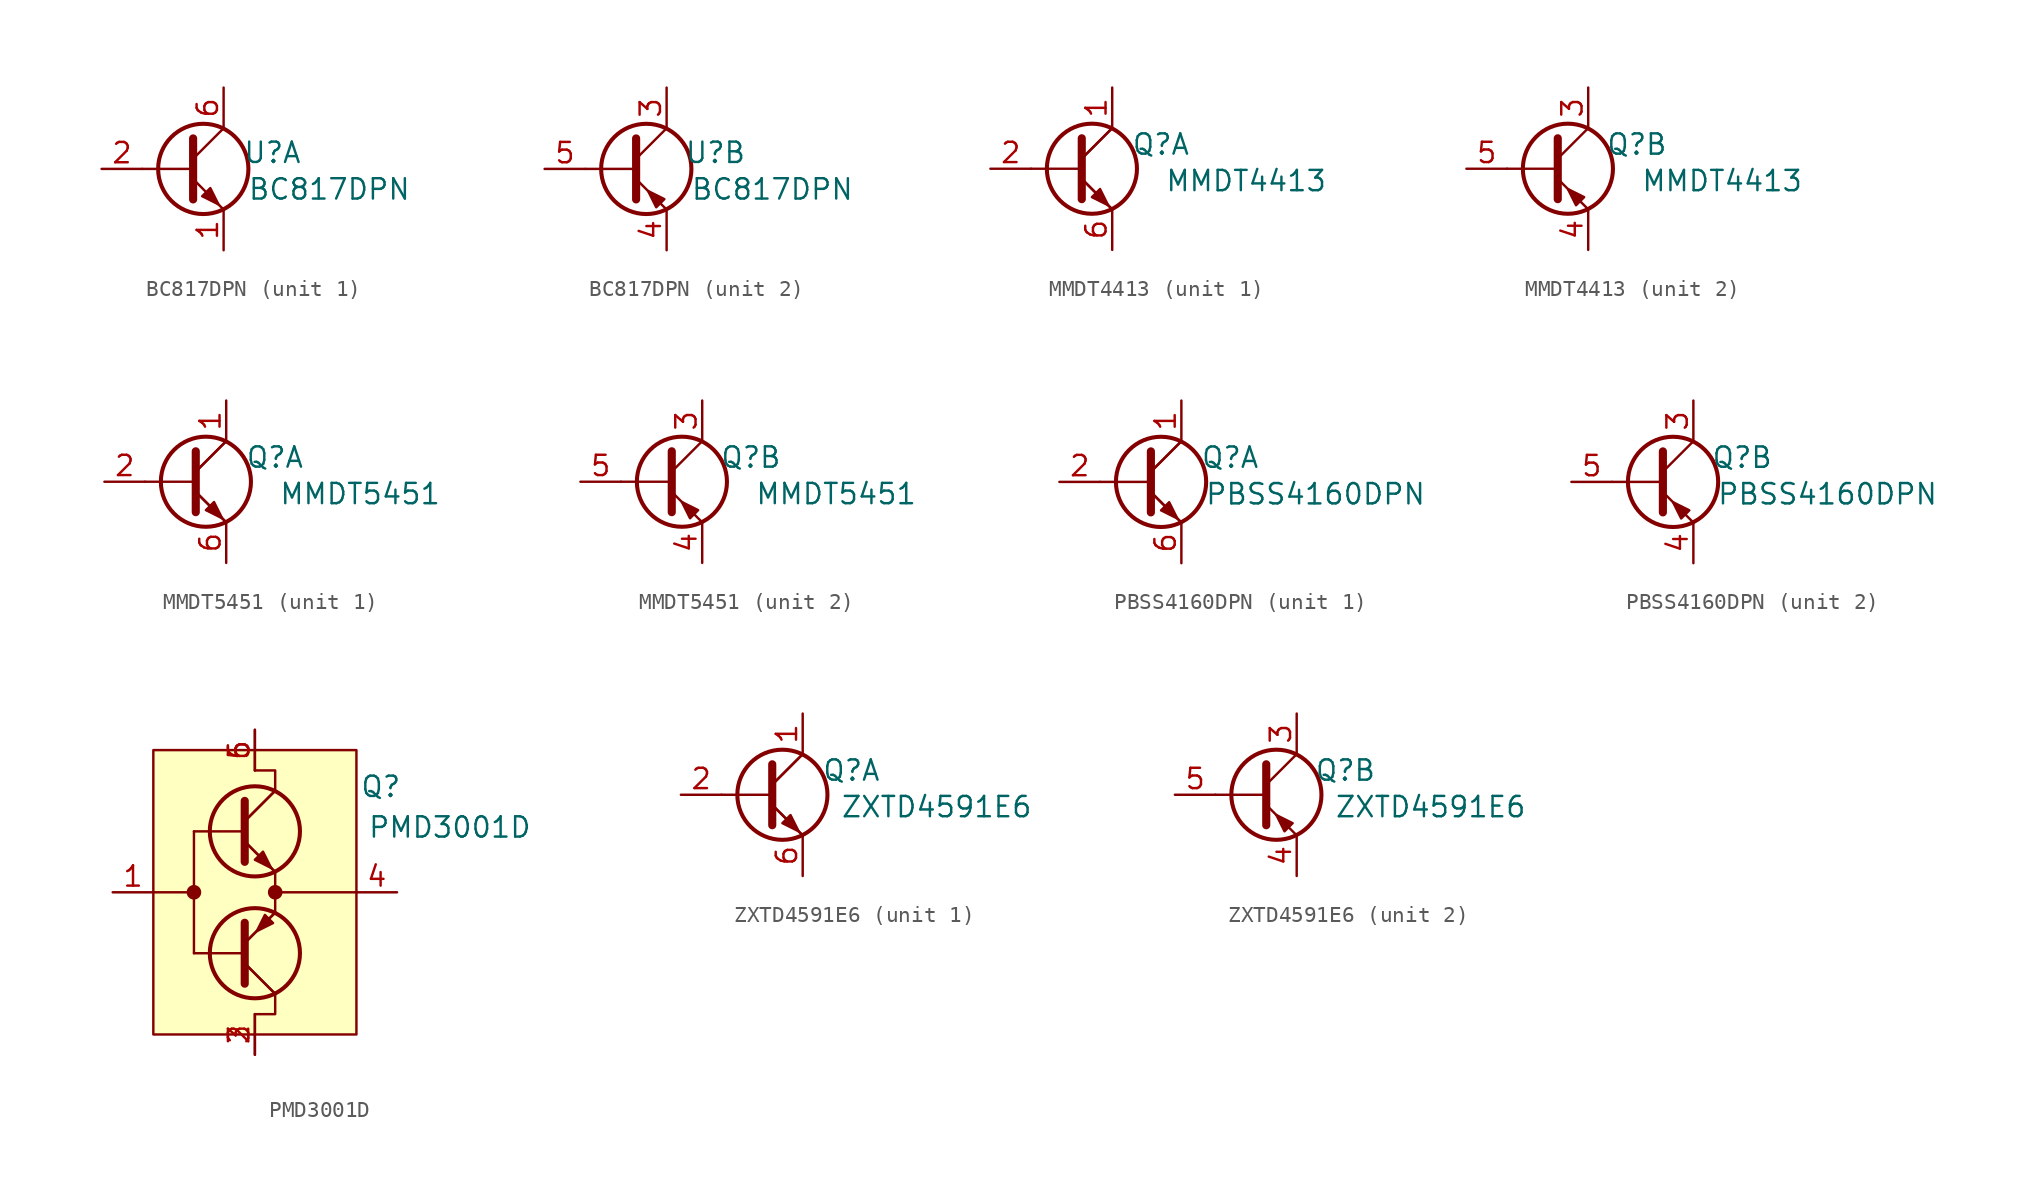
<source format=kicad_sym>
(kicad_symbol_lib
  (version 20241209)
  (generator "kicad_symbol_editor")
  (generator_version "9.0")
  (symbol "BC817DPN"
    (pin_names
      (hide yes))
    (property "Reference" "U"
      (at 3.048 1.016 0)
      (effects (font (size 1.27 1.27))))
    (property "Value" "BC817DPN"
      (at 6.604 -1.27 0)
      (effects (font (size 1.27 1.27))))
    (symbol "BC817DPN_0_1"
      (polyline (pts (xy -5.08 0) (xy -1.905 0)) (stroke (width 0) (type solid)) (fill (type none)))
      (polyline (pts (xy -1.905 1.905) (xy -1.905 -1.905)) (stroke (width 0.508) (type solid)) (fill (type none)))
      (polyline (pts (xy -1.905 0.635) (xy 0 2.54)) (stroke (width 0) (type solid)) (fill (type none)))
      (polyline (pts (xy -1.905 -0.635) (xy 0 -2.54)) (stroke (width 0) (type solid)) (fill (type none)))
      (circle (center -1.27 0) (radius 2.819) (stroke (width 0.254) (type solid)) (fill (type none))))
    (symbol "BC817DPN_1_1"
      (polyline (pts (xy -1.339 -1.705) (xy -0.831 -1.197) (xy -0.323 -2.213) (xy -1.339 -1.705)) (stroke (width 0) (type solid)) (fill (type outline)))
      (pin input line (at -7.62 0 0) (length 2.54) (name "B1" (effects (font (size 1.27 1.27)))) (number "2" (effects (font (size 1.27 1.27)))))
      (pin passive line (at 0 5.08 270) (length 2.54) (name "C1" (effects (font (size 1.27 1.27)))) (number "6" (effects (font (size 1.27 1.27)))))
      (pin passive line (at 0 -5.08 90) (length 2.54) (name "E1" (effects (font (size 1.27 1.27)))) (number "1" (effects (font (size 1.27 1.27))))))
    (symbol "BC817DPN_2_1"
      (polyline (pts (xy -0.14 -1.887) (xy -0.648 -2.395) (xy -1.156 -1.379) (xy -0.14 -1.887)) (stroke (width 0) (type solid)) (fill (type outline)))
      (pin input line (at -7.62 0 0) (length 2.54) (name "B2" (effects (font (size 1.27 1.27)))) (number "5" (effects (font (size 1.27 1.27)))))
      (pin passive line (at 0 5.08 270) (length 2.54) (name "C2" (effects (font (size 1.27 1.27)))) (number "3" (effects (font (size 1.27 1.27)))))
      (pin passive line (at 0 -5.08 90) (length 2.54) (name "E2" (effects (font (size 1.27 1.27)))) (number "4" (effects (font (size 1.27 1.27)))))))
  (symbol "MMDT4413"
    (pin_names
      (hide yes))
    (property "Reference" "Q"
      (at 3.048 1.524 0)
      (effects (font (size 1.27 1.27))))
    (property "Value" "MMDT4413"
      (at 8.382 -0.762 0)
      (effects (font (size 1.27 1.27))))
    (property "ki_locked" ""
      (at 0 0 0)
      (effects (font (size 1.27 1.27))))
    (symbol "MMDT4413_0_1"
      (polyline (pts (xy -5.08 0) (xy -1.905 0)) (stroke (width 0) (type default)) (fill (type none)))
      (polyline (pts (xy -1.905 1.905) (xy -1.905 -1.905)) (stroke (width 0.508) (type default)) (fill (type none)))
      (polyline (pts (xy -1.905 0.635) (xy 0 2.54)) (stroke (width 0) (type default)) (fill (type none)))
      (polyline (pts (xy -1.905 -0.635) (xy 0 -2.54)) (stroke (width 0) (type default)) (fill (type none)))
      (circle (center -1.27 0) (radius 2.819) (stroke (width 0.254) (type default)) (fill (type none))))
    (symbol "MMDT4413_1_1"
      (polyline (pts (xy -1.905 0.635) (xy 0 2.54)) (stroke (width 0) (type default)) (fill (type none)))
      (polyline (pts (xy -1.905 -0.635) (xy 0 -2.54)) (stroke (width 0) (type default)) (fill (type none)))
      (polyline (pts (xy -1.27 -1.778) (xy -0.762 -1.27) (xy -0.254 -2.286) (xy -1.27 -1.778)) (stroke (width 0) (type default)) (fill (type outline)))
      (pin input line (at -7.62 0 0) (length 2.54) (name "B1" (effects (font (size 1.27 1.27)))) (number "2" (effects (font (size 1.27 1.27)))))
      (pin passive line (at 0 5.08 270) (length 2.54) (name "C1" (effects (font (size 1.27 1.27)))) (number "1" (effects (font (size 1.27 1.27)))))
      (pin passive line (at 0 -5.08 90) (length 2.54) (name "E1" (effects (font (size 1.27 1.27)))) (number "6" (effects (font (size 1.27 1.27))))))
    (symbol "MMDT4413_2_1"
      (polyline (pts (xy -0.254 -1.778) (xy -0.762 -2.286) (xy -1.27 -1.27) (xy -0.254 -1.778)) (stroke (width 0) (type solid)) (fill (type outline)))
      (pin input line (at -7.62 0 0) (length 2.54) (name "B2" (effects (font (size 1.27 1.27)))) (number "5" (effects (font (size 1.27 1.27)))))
      (pin passive line (at 0 5.08 270) (length 2.54) (name "C2" (effects (font (size 1.27 1.27)))) (number "3" (effects (font (size 1.27 1.27)))))
      (pin passive line (at 0 -5.08 90) (length 2.54) (name "E2" (effects (font (size 1.27 1.27)))) (number "4" (effects (font (size 1.27 1.27)))))))
  (symbol "MMDT5451"
    (pin_names
      (hide yes))
    (property "Reference" "Q"
      (at 3.048 1.524 0)
      (effects (font (size 1.27 1.27))))
    (property "Value" "MMDT5451"
      (at 8.382 -0.762 0)
      (effects (font (size 1.27 1.27))))
    (property "ki_locked" ""
      (at 0 0 0)
      (effects (font (size 1.27 1.27))))
    (symbol "MMDT5451_0_1"
      (polyline (pts (xy -5.08 0) (xy -1.905 0)) (stroke (width 0) (type default)) (fill (type none)))
      (polyline (pts (xy -1.905 1.905) (xy -1.905 -1.905)) (stroke (width 0.508) (type default)) (fill (type none)))
      (polyline (pts (xy -1.905 0.635) (xy 0 2.54)) (stroke (width 0) (type default)) (fill (type none)))
      (polyline (pts (xy -1.905 -0.635) (xy 0 -2.54)) (stroke (width 0) (type default)) (fill (type none)))
      (circle (center -1.27 0) (radius 2.819) (stroke (width 0.254) (type default)) (fill (type none))))
    (symbol "MMDT5451_1_1"
      (polyline (pts (xy -1.905 0.635) (xy 0 2.54)) (stroke (width 0) (type default)) (fill (type none)))
      (polyline (pts (xy -1.905 -0.635) (xy 0 -2.54)) (stroke (width 0) (type default)) (fill (type none)))
      (polyline (pts (xy -1.27 -1.778) (xy -0.762 -1.27) (xy -0.254 -2.286) (xy -1.27 -1.778)) (stroke (width 0) (type default)) (fill (type outline)))
      (pin input line (at -7.62 0 0) (length 2.54) (name "B1" (effects (font (size 1.27 1.27)))) (number "2" (effects (font (size 1.27 1.27)))))
      (pin passive line (at 0 5.08 270) (length 2.54) (name "C1" (effects (font (size 1.27 1.27)))) (number "1" (effects (font (size 1.27 1.27)))))
      (pin passive line (at 0 -5.08 90) (length 2.54) (name "E1" (effects (font (size 1.27 1.27)))) (number "6" (effects (font (size 1.27 1.27))))))
    (symbol "MMDT5451_2_1"
      (polyline (pts (xy -0.254 -1.778) (xy -0.762 -2.286) (xy -1.27 -1.27) (xy -0.254 -1.778)) (stroke (width 0) (type solid)) (fill (type outline)))
      (pin input line (at -7.62 0 0) (length 2.54) (name "B2" (effects (font (size 1.27 1.27)))) (number "5" (effects (font (size 1.27 1.27)))))
      (pin passive line (at 0 5.08 270) (length 2.54) (name "C2" (effects (font (size 1.27 1.27)))) (number "3" (effects (font (size 1.27 1.27)))))
      (pin passive line (at 0 -5.08 90) (length 2.54) (name "E2" (effects (font (size 1.27 1.27)))) (number "4" (effects (font (size 1.27 1.27)))))))
  (symbol "PBSS4160DPN"
    (pin_names
      (hide yes))
    (property "Reference" "Q"
      (at 3.048 1.524 0)
      (effects (font (size 1.27 1.27))))
    (property "Value" "PBSS4160DPN"
      (at 8.382 -0.762 0)
      (effects (font (size 1.27 1.27))))
    (property "ki_locked" ""
      (at 0 0 0)
      (effects (font (size 1.27 1.27))))
    (symbol "PBSS4160DPN_0_1"
      (polyline (pts (xy -5.08 0) (xy -1.905 0)) (stroke (width 0) (type default)) (fill (type none)))
      (polyline (pts (xy -1.905 1.905) (xy -1.905 -1.905)) (stroke (width 0.508) (type default)) (fill (type none)))
      (polyline (pts (xy -1.905 0.635) (xy 0 2.54)) (stroke (width 0) (type default)) (fill (type none)))
      (polyline (pts (xy -1.905 -0.635) (xy 0 -2.54)) (stroke (width 0) (type default)) (fill (type none)))
      (circle (center -1.27 0) (radius 2.819) (stroke (width 0.254) (type default)) (fill (type none))))
    (symbol "PBSS4160DPN_1_1"
      (polyline (pts (xy -1.905 0.635) (xy 0 2.54)) (stroke (width 0) (type default)) (fill (type none)))
      (polyline (pts (xy -1.905 -0.635) (xy 0 -2.54)) (stroke (width 0) (type default)) (fill (type none)))
      (polyline (pts (xy -1.27 -1.778) (xy -0.762 -1.27) (xy -0.254 -2.286) (xy -1.27 -1.778)) (stroke (width 0) (type default)) (fill (type outline)))
      (pin input line (at -7.62 0 0) (length 2.54) (name "B1" (effects (font (size 1.27 1.27)))) (number "2" (effects (font (size 1.27 1.27)))))
      (pin passive line (at 0 5.08 270) (length 2.54) (name "C1" (effects (font (size 1.27 1.27)))) (number "1" (effects (font (size 1.27 1.27)))))
      (pin passive line (at 0 -5.08 90) (length 2.54) (name "E1" (effects (font (size 1.27 1.27)))) (number "6" (effects (font (size 1.27 1.27))))))
    (symbol "PBSS4160DPN_2_1"
      (polyline (pts (xy -0.254 -1.778) (xy -0.762 -2.286) (xy -1.27 -1.27) (xy -0.254 -1.778)) (stroke (width 0) (type solid)) (fill (type outline)))
      (pin input line (at -7.62 0 0) (length 2.54) (name "B2" (effects (font (size 1.27 1.27)))) (number "5" (effects (font (size 1.27 1.27)))))
      (pin passive line (at 0 5.08 270) (length 2.54) (name "C2" (effects (font (size 1.27 1.27)))) (number "3" (effects (font (size 1.27 1.27)))))
      (pin passive line (at 0 -5.08 90) (length 2.54) (name "E2" (effects (font (size 1.27 1.27)))) (number "4" (effects (font (size 1.27 1.27)))))))
  (symbol "PMD3001D"
    (pin_names
      (hide yes))
    (property "Reference" "Q"
      (at 7.874 6.604 0)
      (effects (font (size 1.27 1.27))))
    (property "Value" "PMD3001D"
      (at 12.192 4.064 0)
      (effects (font (size 1.27 1.27))))
    (symbol "PMD3001D_0_1"
      (polyline (pts (xy -3.81 3.81) (xy -3.81 -3.81)) (stroke (width 0) (type default)) (fill (type none)))
      (polyline (pts (xy -3.81 3.81) (xy -0.635 3.81)) (stroke (width 0) (type default)) (fill (type none)))
      (polyline (pts (xy -3.81 0) (xy -6.35 0)) (stroke (width 0) (type default)) (fill (type none)))
      (polyline (pts (xy -3.81 -3.81) (xy -0.635 -3.81)) (stroke (width 0) (type default)) (fill (type none)))
      (polyline (pts (xy -0.635 5.715) (xy -0.635 1.905)) (stroke (width 0.508) (type default)) (fill (type none)))
      (polyline (pts (xy -0.635 4.445) (xy 1.27 6.35)) (stroke (width 0) (type default)) (fill (type none)))
      (polyline (pts (xy -0.635 3.175) (xy 1.27 1.27)) (stroke (width 0) (type default)) (fill (type none)))
      (polyline (pts (xy -0.635 -3.175) (xy 1.27 -1.27)) (stroke (width 0) (type default)) (fill (type none)))
      (polyline (pts (xy -0.635 -4.445) (xy 1.27 -6.35)) (stroke (width 0) (type default)) (fill (type none)))
      (polyline (pts (xy -0.635 -5.715) (xy -0.635 -1.905)) (stroke (width 0.508) (type default)) (fill (type none)))
      (circle (center 0 3.81) (radius 2.819) (stroke (width 0.254) (type default)) (fill (type none)))
      (circle (center 0 -3.81) (radius 2.819) (stroke (width 0.254) (type default)) (fill (type none)))
      (polyline (pts (xy 1.27 1.27) (xy 1.27 -1.27)) (stroke (width 0) (type default)) (fill (type none)))
      (polyline (pts (xy 1.27 0) (xy 6.35 0)) (stroke (width 0) (type default)) (fill (type none))))
    (symbol "PMD3001D_1_1"
      (rectangle (start -6.35 8.89) (end 6.35 -8.89) (stroke (width 0) (type solid)) (fill (type background)))
      (circle (center -3.81 0) (radius 0.38) (stroke (width 0) (type solid)) (fill (type outline)))
      (polyline (pts (xy -0.635 4.445) (xy 1.27 6.35)) (stroke (width 0) (type default)) (fill (type none)))
      (polyline (pts (xy -0.635 3.175) (xy 1.27 1.27)) (stroke (width 0) (type default)) (fill (type none)))
      (polyline (pts (xy -0.635 -3.175) (xy 1.27 -1.27)) (stroke (width 0) (type default)) (fill (type none)))
      (polyline (pts (xy -0.635 -4.445) (xy 1.27 -6.35)) (stroke (width 0) (type default)) (fill (type none)))
      (polyline (pts (xy 0 7.62) (xy 1.27 7.62) (xy 1.27 6.35)) (stroke (width 0) (type default)) (fill (type none)))
      (polyline (pts (xy 0 2.032) (xy 0.508 2.54) (xy 1.016 1.524) (xy 0 2.032)) (stroke (width 0) (type default)) (fill (type outline)))
      (polyline (pts (xy 0 -7.62) (xy 1.27 -7.62) (xy 1.27 -6.35)) (stroke (width 0) (type default)) (fill (type none)))
      (polyline (pts (xy 1.135 -1.924) (xy 0.627 -1.416) (xy 0.119 -2.432) (xy 1.135 -1.924)) (stroke (width 0) (type default)) (fill (type outline)))
      (circle (center 1.27 0) (radius 0.38) (stroke (width 0) (type solid)) (fill (type outline)))
      (pin input line (at -8.89 0 0) (length 2.54) (name "B" (effects (font (size 1.27 1.27)))) (number "1" (effects (font (size 1.27 1.27)))))
      (pin passive line (at 0 10.16 270) (length 2.54) (name "C1_1" (effects (font (size 1.27 1.27)))) (number "5" (effects (font (size 1.27 1.27)))))
      (pin passive line (at 0 10.16 270) (length 2.54) (name "C1_2" (effects (font (size 1.27 1.27)))) (number "6" (effects (font (size 1.27 1.27)))))
      (pin passive line (at 0 -10.16 90) (length 2.54) (name "C2_1" (effects (font (size 1.27 1.27)))) (number "2" (effects (font (size 1.27 1.27)))))
      (pin passive line (at 0 -10.16 90) (length 2.54) (name "C2_2" (effects (font (size 1.27 1.27)))) (number "3" (effects (font (size 1.27 1.27)))))
      (pin passive line (at 8.89 0 180) (length 2.54) (name "E" (effects (font (size 1.27 1.27)))) (number "4" (effects (font (size 1.27 1.27)))))))
  (symbol "ZXTD4591E6"
    (pin_names
      (hide yes))
    (property "Reference" "Q"
      (at 3.048 1.524 0)
      (effects (font (size 1.27 1.27))))
    (property "Value" "ZXTD4591E6"
      (at 8.382 -0.762 0)
      (effects (font (size 1.27 1.27))))
    (property "ki_locked" ""
      (at 0 0 0)
      (effects (font (size 1.27 1.27))))
    (symbol "ZXTD4591E6_0_1"
      (polyline (pts (xy -5.08 0) (xy -1.905 0)) (stroke (width 0) (type default)) (fill (type none)))
      (polyline (pts (xy -1.905 1.905) (xy -1.905 -1.905)) (stroke (width 0.508) (type default)) (fill (type none)))
      (polyline (pts (xy -1.905 0.635) (xy 0 2.54)) (stroke (width 0) (type default)) (fill (type none)))
      (polyline (pts (xy -1.905 -0.635) (xy 0 -2.54)) (stroke (width 0) (type default)) (fill (type none)))
      (circle (center -1.27 0) (radius 2.819) (stroke (width 0.254) (type default)) (fill (type none))))
    (symbol "ZXTD4591E6_1_1"
      (polyline (pts (xy -1.905 0.635) (xy 0 2.54)) (stroke (width 0) (type default)) (fill (type none)))
      (polyline (pts (xy -1.905 -0.635) (xy 0 -2.54)) (stroke (width 0) (type default)) (fill (type none)))
      (polyline (pts (xy -1.27 -1.778) (xy -0.762 -1.27) (xy -0.254 -2.286) (xy -1.27 -1.778)) (stroke (width 0) (type default)) (fill (type outline)))
      (pin input line (at -7.62 0 0) (length 2.54) (name "B1" (effects (font (size 1.27 1.27)))) (number "2" (effects (font (size 1.27 1.27)))))
      (pin passive line (at 0 5.08 270) (length 2.54) (name "C1" (effects (font (size 1.27 1.27)))) (number "1" (effects (font (size 1.27 1.27)))))
      (pin passive line (at 0 -5.08 90) (length 2.54) (name "E1" (effects (font (size 1.27 1.27)))) (number "6" (effects (font (size 1.27 1.27))))))
    (symbol "ZXTD4591E6_2_1"
      (polyline (pts (xy -0.254 -1.778) (xy -0.762 -2.286) (xy -1.27 -1.27) (xy -0.254 -1.778)) (stroke (width 0) (type solid)) (fill (type outline)))
      (pin input line (at -7.62 0 0) (length 2.54) (name "B2" (effects (font (size 1.27 1.27)))) (number "5" (effects (font (size 1.27 1.27)))))
      (pin passive line (at 0 5.08 270) (length 2.54) (name "C2" (effects (font (size 1.27 1.27)))) (number "3" (effects (font (size 1.27 1.27)))))
      (pin passive line (at 0 -5.08 90) (length 2.54) (name "E2" (effects (font (size 1.27 1.27)))) (number "4" (effects (font (size 1.27 1.27))))))))
</source>
